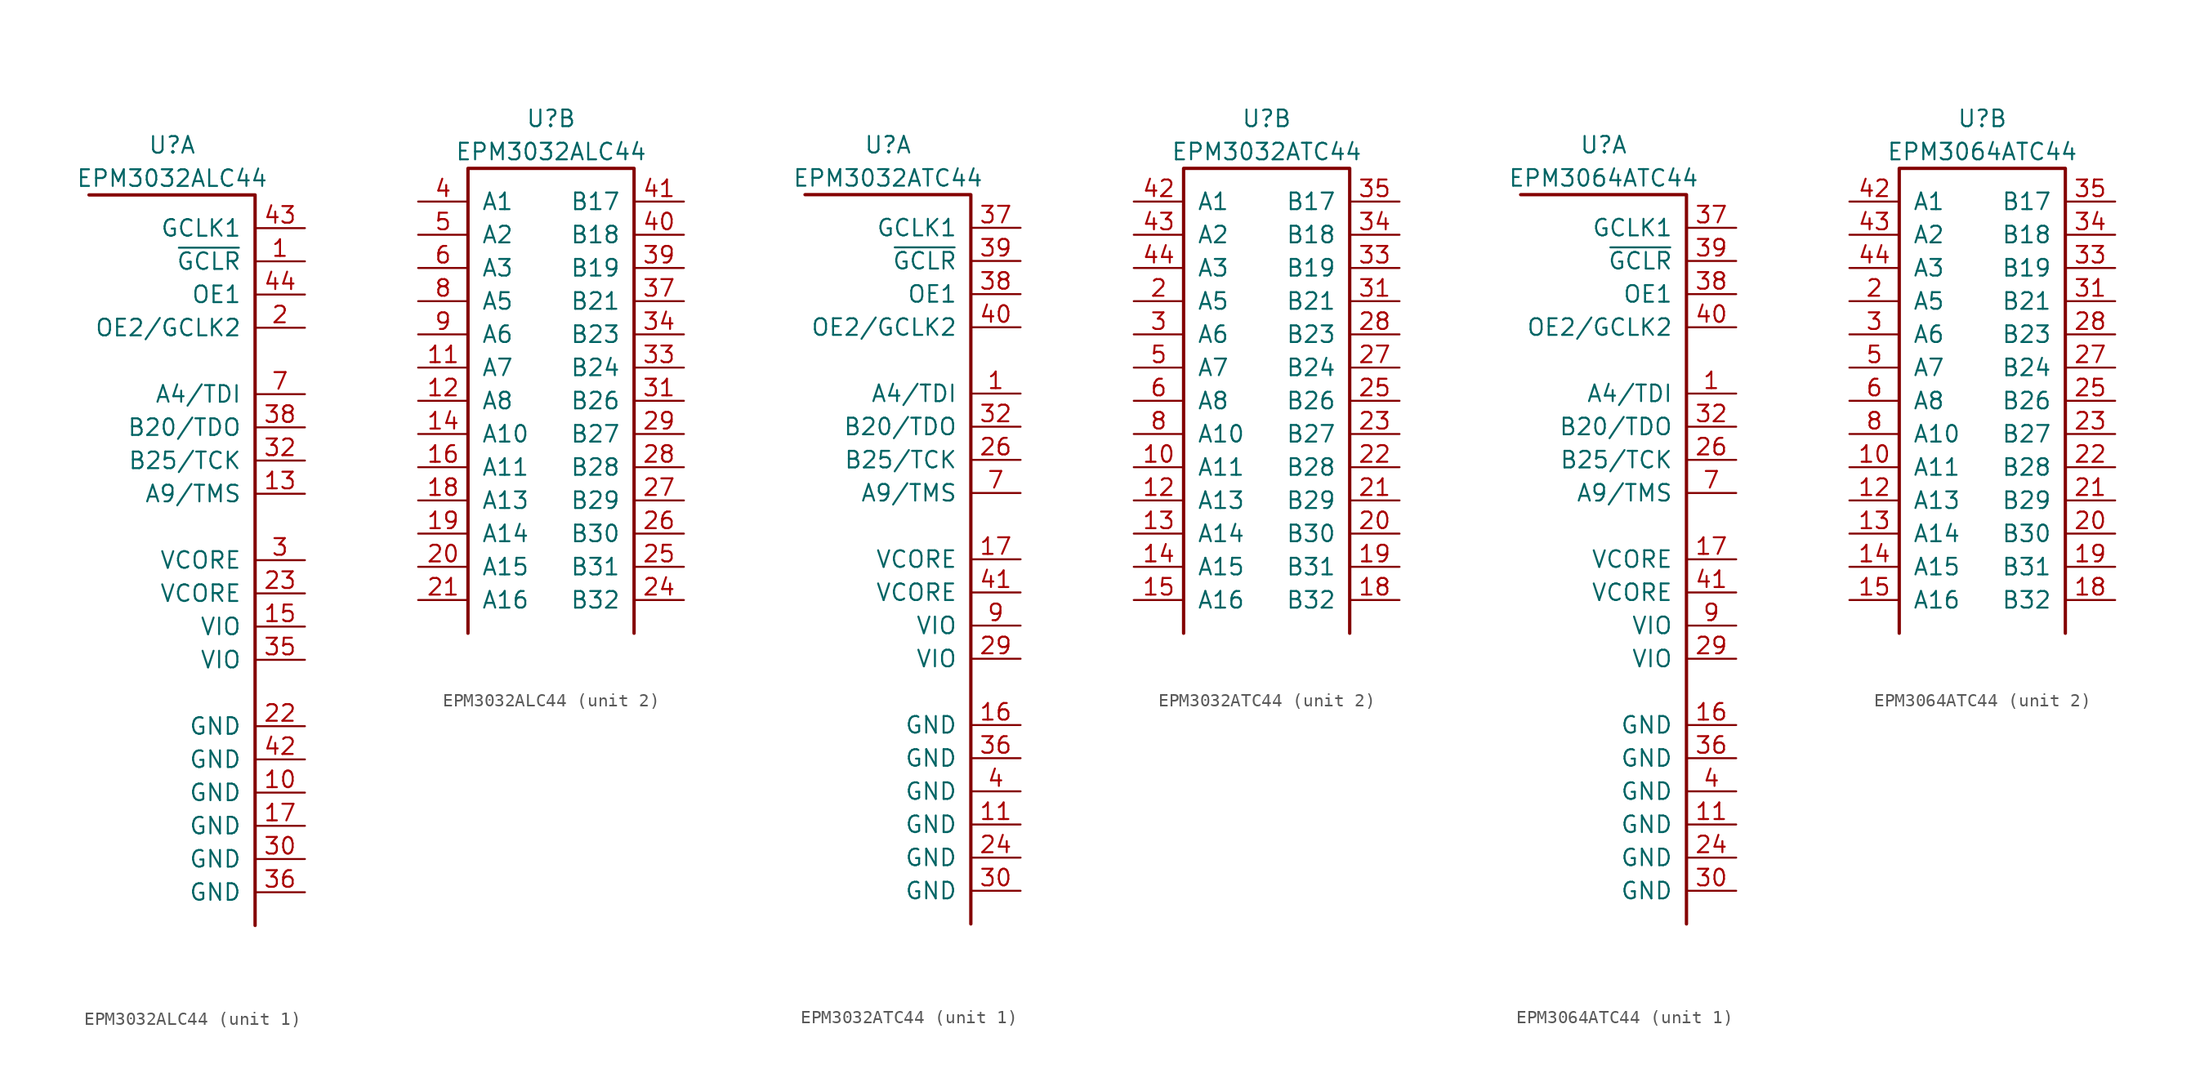
<source format=kicad_sym>
(kicad_symbol_lib
  (version 20220914)
  (generator kicad_symbol_editor)
  (symbol "EPM3032ALC44"
    (pin_names
      (offset 1.016))
    (property "Reference" "U"
      (at 0 3.81 0)
      (effects (font (size 1.27 1.27))))
    (property "Value" "EPM3032ALC44"
      (at 0 1.27 0)
      (effects (font (size 1.27 1.27))))
    (property "ki_locked" ""
      (at 0 0 0)
      (effects (font (size 1.27 1.27))))
    (symbol "EPM3032ALC44_1_1"
      (polyline (pts (xy 6.35 -55.88) (xy 6.35 0) (xy -6.35 0)) (stroke (width 0.254) (type solid)) (fill (type none)))
      (pin input line (at 10.16 -5.08 180) (length 3.81) (name "~{GCLR}" (effects (font (size 1.27 1.27)))) (number "1" (effects (font (size 1.27 1.27)))))
      (pin power_in line (at 10.16 -45.72 180) (length 3.81) (name "GND" (effects (font (size 1.27 1.27)))) (number "10" (effects (font (size 1.27 1.27)))))
      (pin tri_state line (at 10.16 -22.86 180) (length 3.81) (name "A9/TMS" (effects (font (size 1.27 1.27)))) (number "13" (effects (font (size 1.27 1.27)))))
      (pin power_in line (at 10.16 -33.02 180) (length 3.81) (name "VIO" (effects (font (size 1.27 1.27)))) (number "15" (effects (font (size 1.27 1.27)))))
      (pin power_in line (at 10.16 -48.26 180) (length 3.81) (name "GND" (effects (font (size 1.27 1.27)))) (number "17" (effects (font (size 1.27 1.27)))))
      (pin input line (at 10.16 -10.16 180) (length 3.81) (name "OE2/GCLK2" (effects (font (size 1.27 1.27)))) (number "2" (effects (font (size 1.27 1.27)))))
      (pin power_in line (at 10.16 -40.64 180) (length 3.81) (name "GND" (effects (font (size 1.27 1.27)))) (number "22" (effects (font (size 1.27 1.27)))))
      (pin power_in line (at 10.16 -30.48 180) (length 3.81) (name "VCORE" (effects (font (size 1.27 1.27)))) (number "23" (effects (font (size 1.27 1.27)))))
      (pin power_in line (at 10.16 -27.94 180) (length 3.81) (name "VCORE" (effects (font (size 1.27 1.27)))) (number "3" (effects (font (size 1.27 1.27)))))
      (pin power_in line (at 10.16 -50.8 180) (length 3.81) (name "GND" (effects (font (size 1.27 1.27)))) (number "30" (effects (font (size 1.27 1.27)))))
      (pin tri_state line (at 10.16 -20.32 180) (length 3.81) (name "B25/TCK" (effects (font (size 1.27 1.27)))) (number "32" (effects (font (size 1.27 1.27)))))
      (pin power_in line (at 10.16 -35.56 180) (length 3.81) (name "VIO" (effects (font (size 1.27 1.27)))) (number "35" (effects (font (size 1.27 1.27)))))
      (pin power_in line (at 10.16 -53.34 180) (length 3.81) (name "GND" (effects (font (size 1.27 1.27)))) (number "36" (effects (font (size 1.27 1.27)))))
      (pin tri_state line (at 10.16 -17.78 180) (length 3.81) (name "B20/TDO" (effects (font (size 1.27 1.27)))) (number "38" (effects (font (size 1.27 1.27)))))
      (pin power_in line (at 10.16 -43.18 180) (length 3.81) (name "GND" (effects (font (size 1.27 1.27)))) (number "42" (effects (font (size 1.27 1.27)))))
      (pin input line (at 10.16 -2.54 180) (length 3.81) (name "GCLK1" (effects (font (size 1.27 1.27)))) (number "43" (effects (font (size 1.27 1.27)))))
      (pin input line (at 10.16 -7.62 180) (length 3.81) (name "OE1" (effects (font (size 1.27 1.27)))) (number "44" (effects (font (size 1.27 1.27)))))
      (pin tri_state line (at 10.16 -15.24 180) (length 3.81) (name "A4/TDI" (effects (font (size 1.27 1.27)))) (number "7" (effects (font (size 1.27 1.27))))))
    (symbol "EPM3032ALC44_2_1"
      (polyline (pts (xy -6.35 -35.56) (xy -6.35 0) (xy 6.35 0) (xy 6.35 -35.56)) (stroke (width 0.254) (type solid)) (fill (type none)))
      (pin tri_state line (at -10.16 -15.24 0) (length 3.81) (name "A7" (effects (font (size 1.27 1.27)))) (number "11" (effects (font (size 1.27 1.27)))))
      (pin tri_state line (at -10.16 -17.78 0) (length 3.81) (name "A8" (effects (font (size 1.27 1.27)))) (number "12" (effects (font (size 1.27 1.27)))))
      (pin tri_state line (at -10.16 -20.32 0) (length 3.81) (name "A10" (effects (font (size 1.27 1.27)))) (number "14" (effects (font (size 1.27 1.27)))))
      (pin tri_state line (at -10.16 -22.86 0) (length 3.81) (name "A11" (effects (font (size 1.27 1.27)))) (number "16" (effects (font (size 1.27 1.27)))))
      (pin tri_state line (at -10.16 -25.4 0) (length 3.81) (name "A13" (effects (font (size 1.27 1.27)))) (number "18" (effects (font (size 1.27 1.27)))))
      (pin tri_state line (at -10.16 -27.94 0) (length 3.81) (name "A14" (effects (font (size 1.27 1.27)))) (number "19" (effects (font (size 1.27 1.27)))))
      (pin tri_state line (at -10.16 -30.48 0) (length 3.81) (name "A15" (effects (font (size 1.27 1.27)))) (number "20" (effects (font (size 1.27 1.27)))))
      (pin tri_state line (at -10.16 -33.02 0) (length 3.81) (name "A16" (effects (font (size 1.27 1.27)))) (number "21" (effects (font (size 1.27 1.27)))))
      (pin tri_state line (at 10.16 -33.02 180) (length 3.81) (name "B32" (effects (font (size 1.27 1.27)))) (number "24" (effects (font (size 1.27 1.27)))))
      (pin tri_state line (at 10.16 -30.48 180) (length 3.81) (name "B31" (effects (font (size 1.27 1.27)))) (number "25" (effects (font (size 1.27 1.27)))))
      (pin tri_state line (at 10.16 -27.94 180) (length 3.81) (name "B30" (effects (font (size 1.27 1.27)))) (number "26" (effects (font (size 1.27 1.27)))))
      (pin tri_state line (at 10.16 -25.4 180) (length 3.81) (name "B29" (effects (font (size 1.27 1.27)))) (number "27" (effects (font (size 1.27 1.27)))))
      (pin tri_state line (at 10.16 -22.86 180) (length 3.81) (name "B28" (effects (font (size 1.27 1.27)))) (number "28" (effects (font (size 1.27 1.27)))))
      (pin tri_state line (at 10.16 -20.32 180) (length 3.81) (name "B27" (effects (font (size 1.27 1.27)))) (number "29" (effects (font (size 1.27 1.27)))))
      (pin tri_state line (at 10.16 -17.78 180) (length 3.81) (name "B26" (effects (font (size 1.27 1.27)))) (number "31" (effects (font (size 1.27 1.27)))))
      (pin tri_state line (at 10.16 -15.24 180) (length 3.81) (name "B24" (effects (font (size 1.27 1.27)))) (number "33" (effects (font (size 1.27 1.27)))))
      (pin tri_state line (at 10.16 -12.7 180) (length 3.81) (name "B23" (effects (font (size 1.27 1.27)))) (number "34" (effects (font (size 1.27 1.27)))))
      (pin tri_state line (at 10.16 -10.16 180) (length 3.81) (name "B21" (effects (font (size 1.27 1.27)))) (number "37" (effects (font (size 1.27 1.27)))))
      (pin tri_state line (at 10.16 -7.62 180) (length 3.81) (name "B19" (effects (font (size 1.27 1.27)))) (number "39" (effects (font (size 1.27 1.27)))))
      (pin tri_state line (at -10.16 -2.54 0) (length 3.81) (name "A1" (effects (font (size 1.27 1.27)))) (number "4" (effects (font (size 1.27 1.27)))))
      (pin tri_state line (at 10.16 -5.08 180) (length 3.81) (name "B18" (effects (font (size 1.27 1.27)))) (number "40" (effects (font (size 1.27 1.27)))))
      (pin tri_state line (at 10.16 -2.54 180) (length 3.81) (name "B17" (effects (font (size 1.27 1.27)))) (number "41" (effects (font (size 1.27 1.27)))))
      (pin tri_state line (at -10.16 -5.08 0) (length 3.81) (name "A2" (effects (font (size 1.27 1.27)))) (number "5" (effects (font (size 1.27 1.27)))))
      (pin tri_state line (at -10.16 -7.62 0) (length 3.81) (name "A3" (effects (font (size 1.27 1.27)))) (number "6" (effects (font (size 1.27 1.27)))))
      (pin tri_state line (at -10.16 -10.16 0) (length 3.81) (name "A5" (effects (font (size 1.27 1.27)))) (number "8" (effects (font (size 1.27 1.27)))))
      (pin tri_state line (at -10.16 -12.7 0) (length 3.81) (name "A6" (effects (font (size 1.27 1.27)))) (number "9" (effects (font (size 1.27 1.27)))))))
  (symbol "EPM3032ATC44"
    (pin_names
      (offset 1.016))
    (property "Reference" "U"
      (at 0 3.81 0)
      (effects (font (size 1.27 1.27))))
    (property "Value" "EPM3032ATC44"
      (at 0 1.27 0)
      (effects (font (size 1.27 1.27))))
    (property "ki_locked" ""
      (at 0 0 0)
      (effects (font (size 1.27 1.27))))
    (symbol "EPM3032ATC44_1_1"
      (polyline (pts (xy 6.35 -55.88) (xy 6.35 0) (xy -6.35 0)) (stroke (width 0.254) (type solid)) (fill (type none)))
      (pin tri_state line (at 10.16 -15.24 180) (length 3.81) (name "A4/TDI" (effects (font (size 1.27 1.27)))) (number "1" (effects (font (size 1.27 1.27)))))
      (pin power_in line (at 10.16 -48.26 180) (length 3.81) (name "GND" (effects (font (size 1.27 1.27)))) (number "11" (effects (font (size 1.27 1.27)))))
      (pin power_in line (at 10.16 -40.64 180) (length 3.81) (name "GND" (effects (font (size 1.27 1.27)))) (number "16" (effects (font (size 1.27 1.27)))))
      (pin power_in line (at 10.16 -27.94 180) (length 3.81) (name "VCORE" (effects (font (size 1.27 1.27)))) (number "17" (effects (font (size 1.27 1.27)))))
      (pin power_in line (at 10.16 -50.8 180) (length 3.81) (name "GND" (effects (font (size 1.27 1.27)))) (number "24" (effects (font (size 1.27 1.27)))))
      (pin tri_state line (at 10.16 -20.32 180) (length 3.81) (name "B25/TCK" (effects (font (size 1.27 1.27)))) (number "26" (effects (font (size 1.27 1.27)))))
      (pin power_in line (at 10.16 -35.56 180) (length 3.81) (name "VIO" (effects (font (size 1.27 1.27)))) (number "29" (effects (font (size 1.27 1.27)))))
      (pin power_in line (at 10.16 -53.34 180) (length 3.81) (name "GND" (effects (font (size 1.27 1.27)))) (number "30" (effects (font (size 1.27 1.27)))))
      (pin tri_state line (at 10.16 -17.78 180) (length 3.81) (name "B20/TDO" (effects (font (size 1.27 1.27)))) (number "32" (effects (font (size 1.27 1.27)))))
      (pin power_in line (at 10.16 -43.18 180) (length 3.81) (name "GND" (effects (font (size 1.27 1.27)))) (number "36" (effects (font (size 1.27 1.27)))))
      (pin input line (at 10.16 -2.54 180) (length 3.81) (name "GCLK1" (effects (font (size 1.27 1.27)))) (number "37" (effects (font (size 1.27 1.27)))))
      (pin input line (at 10.16 -7.62 180) (length 3.81) (name "OE1" (effects (font (size 1.27 1.27)))) (number "38" (effects (font (size 1.27 1.27)))))
      (pin input line (at 10.16 -5.08 180) (length 3.81) (name "~{GCLR}" (effects (font (size 1.27 1.27)))) (number "39" (effects (font (size 1.27 1.27)))))
      (pin power_in line (at 10.16 -45.72 180) (length 3.81) (name "GND" (effects (font (size 1.27 1.27)))) (number "4" (effects (font (size 1.27 1.27)))))
      (pin input line (at 10.16 -10.16 180) (length 3.81) (name "OE2/GCLK2" (effects (font (size 1.27 1.27)))) (number "40" (effects (font (size 1.27 1.27)))))
      (pin power_in line (at 10.16 -30.48 180) (length 3.81) (name "VCORE" (effects (font (size 1.27 1.27)))) (number "41" (effects (font (size 1.27 1.27)))))
      (pin tri_state line (at 10.16 -22.86 180) (length 3.81) (name "A9/TMS" (effects (font (size 1.27 1.27)))) (number "7" (effects (font (size 1.27 1.27)))))
      (pin power_in line (at 10.16 -33.02 180) (length 3.81) (name "VIO" (effects (font (size 1.27 1.27)))) (number "9" (effects (font (size 1.27 1.27))))))
    (symbol "EPM3032ATC44_2_1"
      (polyline (pts (xy -6.35 -35.56) (xy -6.35 0) (xy 6.35 0) (xy 6.35 -35.56)) (stroke (width 0.254) (type solid)) (fill (type none)))
      (pin tri_state line (at -10.16 -22.86 0) (length 3.81) (name "A11" (effects (font (size 1.27 1.27)))) (number "10" (effects (font (size 1.27 1.27)))))
      (pin tri_state line (at -10.16 -25.4 0) (length 3.81) (name "A13" (effects (font (size 1.27 1.27)))) (number "12" (effects (font (size 1.27 1.27)))))
      (pin tri_state line (at -10.16 -27.94 0) (length 3.81) (name "A14" (effects (font (size 1.27 1.27)))) (number "13" (effects (font (size 1.27 1.27)))))
      (pin tri_state line (at -10.16 -30.48 0) (length 3.81) (name "A15" (effects (font (size 1.27 1.27)))) (number "14" (effects (font (size 1.27 1.27)))))
      (pin tri_state line (at -10.16 -33.02 0) (length 3.81) (name "A16" (effects (font (size 1.27 1.27)))) (number "15" (effects (font (size 1.27 1.27)))))
      (pin tri_state line (at 10.16 -33.02 180) (length 3.81) (name "B32" (effects (font (size 1.27 1.27)))) (number "18" (effects (font (size 1.27 1.27)))))
      (pin tri_state line (at 10.16 -30.48 180) (length 3.81) (name "B31" (effects (font (size 1.27 1.27)))) (number "19" (effects (font (size 1.27 1.27)))))
      (pin tri_state line (at -10.16 -10.16 0) (length 3.81) (name "A5" (effects (font (size 1.27 1.27)))) (number "2" (effects (font (size 1.27 1.27)))))
      (pin tri_state line (at 10.16 -27.94 180) (length 3.81) (name "B30" (effects (font (size 1.27 1.27)))) (number "20" (effects (font (size 1.27 1.27)))))
      (pin tri_state line (at 10.16 -25.4 180) (length 3.81) (name "B29" (effects (font (size 1.27 1.27)))) (number "21" (effects (font (size 1.27 1.27)))))
      (pin tri_state line (at 10.16 -22.86 180) (length 3.81) (name "B28" (effects (font (size 1.27 1.27)))) (number "22" (effects (font (size 1.27 1.27)))))
      (pin tri_state line (at 10.16 -20.32 180) (length 3.81) (name "B27" (effects (font (size 1.27 1.27)))) (number "23" (effects (font (size 1.27 1.27)))))
      (pin tri_state line (at 10.16 -17.78 180) (length 3.81) (name "B26" (effects (font (size 1.27 1.27)))) (number "25" (effects (font (size 1.27 1.27)))))
      (pin tri_state line (at 10.16 -15.24 180) (length 3.81) (name "B24" (effects (font (size 1.27 1.27)))) (number "27" (effects (font (size 1.27 1.27)))))
      (pin tri_state line (at 10.16 -12.7 180) (length 3.81) (name "B23" (effects (font (size 1.27 1.27)))) (number "28" (effects (font (size 1.27 1.27)))))
      (pin tri_state line (at -10.16 -12.7 0) (length 3.81) (name "A6" (effects (font (size 1.27 1.27)))) (number "3" (effects (font (size 1.27 1.27)))))
      (pin tri_state line (at 10.16 -10.16 180) (length 3.81) (name "B21" (effects (font (size 1.27 1.27)))) (number "31" (effects (font (size 1.27 1.27)))))
      (pin tri_state line (at 10.16 -7.62 180) (length 3.81) (name "B19" (effects (font (size 1.27 1.27)))) (number "33" (effects (font (size 1.27 1.27)))))
      (pin tri_state line (at 10.16 -5.08 180) (length 3.81) (name "B18" (effects (font (size 1.27 1.27)))) (number "34" (effects (font (size 1.27 1.27)))))
      (pin tri_state line (at 10.16 -2.54 180) (length 3.81) (name "B17" (effects (font (size 1.27 1.27)))) (number "35" (effects (font (size 1.27 1.27)))))
      (pin tri_state line (at -10.16 -2.54 0) (length 3.81) (name "A1" (effects (font (size 1.27 1.27)))) (number "42" (effects (font (size 1.27 1.27)))))
      (pin tri_state line (at -10.16 -5.08 0) (length 3.81) (name "A2" (effects (font (size 1.27 1.27)))) (number "43" (effects (font (size 1.27 1.27)))))
      (pin tri_state line (at -10.16 -7.62 0) (length 3.81) (name "A3" (effects (font (size 1.27 1.27)))) (number "44" (effects (font (size 1.27 1.27)))))
      (pin tri_state line (at -10.16 -15.24 0) (length 3.81) (name "A7" (effects (font (size 1.27 1.27)))) (number "5" (effects (font (size 1.27 1.27)))))
      (pin tri_state line (at -10.16 -17.78 0) (length 3.81) (name "A8" (effects (font (size 1.27 1.27)))) (number "6" (effects (font (size 1.27 1.27)))))
      (pin tri_state line (at -10.16 -20.32 0) (length 3.81) (name "A10" (effects (font (size 1.27 1.27)))) (number "8" (effects (font (size 1.27 1.27)))))))
  (symbol "EPM3064ATC44"
    (pin_names
      (offset 1.016))
    (property "Reference" "U"
      (at 0 3.81 0)
      (effects (font (size 1.27 1.27))))
    (property "Value" "EPM3064ATC44"
      (at 0 1.27 0)
      (effects (font (size 1.27 1.27))))
    (property "ki_locked" ""
      (at 0 0 0)
      (effects (font (size 1.27 1.27))))
    (symbol "EPM3064ATC44_1_1"
      (polyline (pts (xy 6.35 -55.88) (xy 6.35 0) (xy -6.35 0)) (stroke (width 0.254) (type solid)) (fill (type none)))
      (pin tri_state line (at 10.16 -15.24 180) (length 3.81) (name "A4/TDI" (effects (font (size 1.27 1.27)))) (number "1" (effects (font (size 1.27 1.27)))))
      (pin power_in line (at 10.16 -48.26 180) (length 3.81) (name "GND" (effects (font (size 1.27 1.27)))) (number "11" (effects (font (size 1.27 1.27)))))
      (pin power_in line (at 10.16 -40.64 180) (length 3.81) (name "GND" (effects (font (size 1.27 1.27)))) (number "16" (effects (font (size 1.27 1.27)))))
      (pin power_in line (at 10.16 -27.94 180) (length 3.81) (name "VCORE" (effects (font (size 1.27 1.27)))) (number "17" (effects (font (size 1.27 1.27)))))
      (pin power_in line (at 10.16 -50.8 180) (length 3.81) (name "GND" (effects (font (size 1.27 1.27)))) (number "24" (effects (font (size 1.27 1.27)))))
      (pin tri_state line (at 10.16 -20.32 180) (length 3.81) (name "B25/TCK" (effects (font (size 1.27 1.27)))) (number "26" (effects (font (size 1.27 1.27)))))
      (pin power_in line (at 10.16 -35.56 180) (length 3.81) (name "VIO" (effects (font (size 1.27 1.27)))) (number "29" (effects (font (size 1.27 1.27)))))
      (pin power_in line (at 10.16 -53.34 180) (length 3.81) (name "GND" (effects (font (size 1.27 1.27)))) (number "30" (effects (font (size 1.27 1.27)))))
      (pin tri_state line (at 10.16 -17.78 180) (length 3.81) (name "B20/TDO" (effects (font (size 1.27 1.27)))) (number "32" (effects (font (size 1.27 1.27)))))
      (pin power_in line (at 10.16 -43.18 180) (length 3.81) (name "GND" (effects (font (size 1.27 1.27)))) (number "36" (effects (font (size 1.27 1.27)))))
      (pin input line (at 10.16 -2.54 180) (length 3.81) (name "GCLK1" (effects (font (size 1.27 1.27)))) (number "37" (effects (font (size 1.27 1.27)))))
      (pin input line (at 10.16 -7.62 180) (length 3.81) (name "OE1" (effects (font (size 1.27 1.27)))) (number "38" (effects (font (size 1.27 1.27)))))
      (pin input line (at 10.16 -5.08 180) (length 3.81) (name "~{GCLR}" (effects (font (size 1.27 1.27)))) (number "39" (effects (font (size 1.27 1.27)))))
      (pin power_in line (at 10.16 -45.72 180) (length 3.81) (name "GND" (effects (font (size 1.27 1.27)))) (number "4" (effects (font (size 1.27 1.27)))))
      (pin input line (at 10.16 -10.16 180) (length 3.81) (name "OE2/GCLK2" (effects (font (size 1.27 1.27)))) (number "40" (effects (font (size 1.27 1.27)))))
      (pin power_in line (at 10.16 -30.48 180) (length 3.81) (name "VCORE" (effects (font (size 1.27 1.27)))) (number "41" (effects (font (size 1.27 1.27)))))
      (pin tri_state line (at 10.16 -22.86 180) (length 3.81) (name "A9/TMS" (effects (font (size 1.27 1.27)))) (number "7" (effects (font (size 1.27 1.27)))))
      (pin power_in line (at 10.16 -33.02 180) (length 3.81) (name "VIO" (effects (font (size 1.27 1.27)))) (number "9" (effects (font (size 1.27 1.27))))))
    (symbol "EPM3064ATC44_2_1"
      (polyline (pts (xy -6.35 -35.56) (xy -6.35 0) (xy 6.35 0) (xy 6.35 -35.56)) (stroke (width 0.254) (type solid)) (fill (type none)))
      (pin tri_state line (at -10.16 -22.86 0) (length 3.81) (name "A11" (effects (font (size 1.27 1.27)))) (number "10" (effects (font (size 1.27 1.27)))))
      (pin tri_state line (at -10.16 -25.4 0) (length 3.81) (name "A13" (effects (font (size 1.27 1.27)))) (number "12" (effects (font (size 1.27 1.27)))))
      (pin tri_state line (at -10.16 -27.94 0) (length 3.81) (name "A14" (effects (font (size 1.27 1.27)))) (number "13" (effects (font (size 1.27 1.27)))))
      (pin tri_state line (at -10.16 -30.48 0) (length 3.81) (name "A15" (effects (font (size 1.27 1.27)))) (number "14" (effects (font (size 1.27 1.27)))))
      (pin tri_state line (at -10.16 -33.02 0) (length 3.81) (name "A16" (effects (font (size 1.27 1.27)))) (number "15" (effects (font (size 1.27 1.27)))))
      (pin tri_state line (at 10.16 -33.02 180) (length 3.81) (name "B32" (effects (font (size 1.27 1.27)))) (number "18" (effects (font (size 1.27 1.27)))))
      (pin tri_state line (at 10.16 -30.48 180) (length 3.81) (name "B31" (effects (font (size 1.27 1.27)))) (number "19" (effects (font (size 1.27 1.27)))))
      (pin tri_state line (at -10.16 -10.16 0) (length 3.81) (name "A5" (effects (font (size 1.27 1.27)))) (number "2" (effects (font (size 1.27 1.27)))))
      (pin tri_state line (at 10.16 -27.94 180) (length 3.81) (name "B30" (effects (font (size 1.27 1.27)))) (number "20" (effects (font (size 1.27 1.27)))))
      (pin tri_state line (at 10.16 -25.4 180) (length 3.81) (name "B29" (effects (font (size 1.27 1.27)))) (number "21" (effects (font (size 1.27 1.27)))))
      (pin tri_state line (at 10.16 -22.86 180) (length 3.81) (name "B28" (effects (font (size 1.27 1.27)))) (number "22" (effects (font (size 1.27 1.27)))))
      (pin tri_state line (at 10.16 -20.32 180) (length 3.81) (name "B27" (effects (font (size 1.27 1.27)))) (number "23" (effects (font (size 1.27 1.27)))))
      (pin tri_state line (at 10.16 -17.78 180) (length 3.81) (name "B26" (effects (font (size 1.27 1.27)))) (number "25" (effects (font (size 1.27 1.27)))))
      (pin tri_state line (at 10.16 -15.24 180) (length 3.81) (name "B24" (effects (font (size 1.27 1.27)))) (number "27" (effects (font (size 1.27 1.27)))))
      (pin tri_state line (at 10.16 -12.7 180) (length 3.81) (name "B23" (effects (font (size 1.27 1.27)))) (number "28" (effects (font (size 1.27 1.27)))))
      (pin tri_state line (at -10.16 -12.7 0) (length 3.81) (name "A6" (effects (font (size 1.27 1.27)))) (number "3" (effects (font (size 1.27 1.27)))))
      (pin tri_state line (at 10.16 -10.16 180) (length 3.81) (name "B21" (effects (font (size 1.27 1.27)))) (number "31" (effects (font (size 1.27 1.27)))))
      (pin tri_state line (at 10.16 -7.62 180) (length 3.81) (name "B19" (effects (font (size 1.27 1.27)))) (number "33" (effects (font (size 1.27 1.27)))))
      (pin tri_state line (at 10.16 -5.08 180) (length 3.81) (name "B18" (effects (font (size 1.27 1.27)))) (number "34" (effects (font (size 1.27 1.27)))))
      (pin tri_state line (at 10.16 -2.54 180) (length 3.81) (name "B17" (effects (font (size 1.27 1.27)))) (number "35" (effects (font (size 1.27 1.27)))))
      (pin tri_state line (at -10.16 -2.54 0) (length 3.81) (name "A1" (effects (font (size 1.27 1.27)))) (number "42" (effects (font (size 1.27 1.27)))))
      (pin tri_state line (at -10.16 -5.08 0) (length 3.81) (name "A2" (effects (font (size 1.27 1.27)))) (number "43" (effects (font (size 1.27 1.27)))))
      (pin tri_state line (at -10.16 -7.62 0) (length 3.81) (name "A3" (effects (font (size 1.27 1.27)))) (number "44" (effects (font (size 1.27 1.27)))))
      (pin tri_state line (at -10.16 -15.24 0) (length 3.81) (name "A7" (effects (font (size 1.27 1.27)))) (number "5" (effects (font (size 1.27 1.27)))))
      (pin tri_state line (at -10.16 -17.78 0) (length 3.81) (name "A8" (effects (font (size 1.27 1.27)))) (number "6" (effects (font (size 1.27 1.27)))))
      (pin tri_state line (at -10.16 -20.32 0) (length 3.81) (name "A10" (effects (font (size 1.27 1.27)))) (number "8" (effects (font (size 1.27 1.27))))))))
</source>
